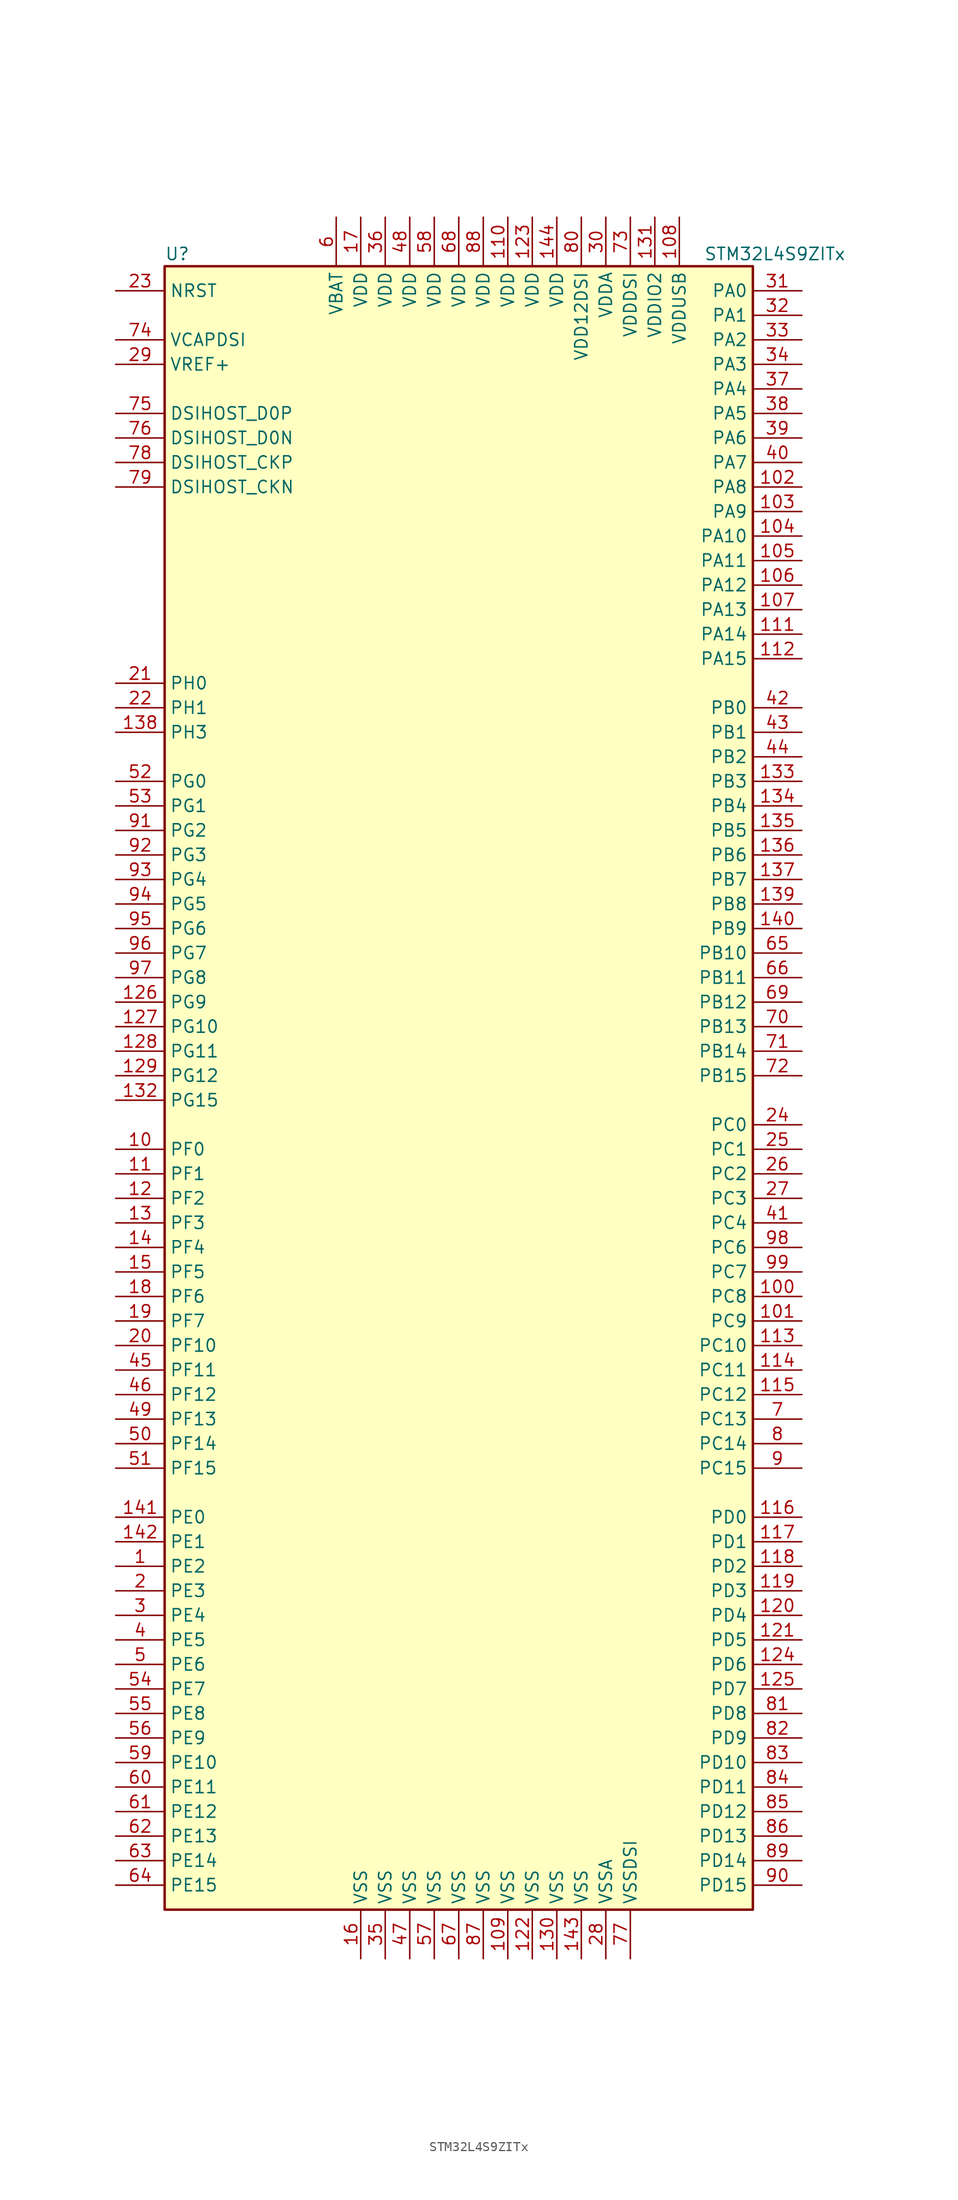
<source format=kicad_sym>
(kicad_symbol_lib
  (version 20220914)
  (generator kicad_symbol_editor)
  (symbol "STM32L4S9ZITx"
    (property "Reference" "U"
      (at -30.48 85.09 0)
      (effects (font (size 1.27 1.27)) (justify left)))
    (property "Value" "STM32L4S9ZITx"
      (at 25.4 85.09 0)
      (effects (font (size 1.27 1.27)) (justify left)))
    (symbol "STM32L4S9ZITx_0_1"
      (rectangle (start -30.48 -86.36) (end 30.48 83.82) (stroke (width 0.254) (type default)) (fill (type background))))
    (symbol "STM32L4S9ZITx_1_1"
      (pin bidirectional line (at -35.56 -50.8 0) (length 5.08) (name "PE2" (effects (font (size 1.27 1.27)))) (number "1" (effects (font (size 1.27 1.27)))))
      (pin bidirectional line (at -35.56 -7.62 0) (length 5.08) (name "PF0" (effects (font (size 1.27 1.27)))) (number "10" (effects (font (size 1.27 1.27)))))
      (pin bidirectional line (at 35.56 -22.86 180) (length 5.08) (name "PC8" (effects (font (size 1.27 1.27)))) (number "100" (effects (font (size 1.27 1.27)))))
      (pin bidirectional line (at 35.56 -25.4 180) (length 5.08) (name "PC9" (effects (font (size 1.27 1.27)))) (number "101" (effects (font (size 1.27 1.27)))))
      (pin bidirectional line (at 35.56 60.96 180) (length 5.08) (name "PA8" (effects (font (size 1.27 1.27)))) (number "102" (effects (font (size 1.27 1.27)))))
      (pin bidirectional line (at 35.56 58.42 180) (length 5.08) (name "PA9" (effects (font (size 1.27 1.27)))) (number "103" (effects (font (size 1.27 1.27)))))
      (pin bidirectional line (at 35.56 55.88 180) (length 5.08) (name "PA10" (effects (font (size 1.27 1.27)))) (number "104" (effects (font (size 1.27 1.27)))))
      (pin bidirectional line (at 35.56 53.34 180) (length 5.08) (name "PA11" (effects (font (size 1.27 1.27)))) (number "105" (effects (font (size 1.27 1.27)))))
      (pin bidirectional line (at 35.56 50.8 180) (length 5.08) (name "PA12" (effects (font (size 1.27 1.27)))) (number "106" (effects (font (size 1.27 1.27)))))
      (pin bidirectional line (at 35.56 48.26 180) (length 5.08) (name "PA13" (effects (font (size 1.27 1.27)))) (number "107" (effects (font (size 1.27 1.27)))))
      (pin power_in line (at 22.86 88.9 270) (length 5.08) (name "VDDUSB" (effects (font (size 1.27 1.27)))) (number "108" (effects (font (size 1.27 1.27)))))
      (pin power_in line (at 5.08 -91.44 90) (length 5.08) (name "VSS" (effects (font (size 1.27 1.27)))) (number "109" (effects (font (size 1.27 1.27)))))
      (pin bidirectional line (at -35.56 -10.16 0) (length 5.08) (name "PF1" (effects (font (size 1.27 1.27)))) (number "11" (effects (font (size 1.27 1.27)))))
      (pin power_in line (at 5.08 88.9 270) (length 5.08) (name "VDD" (effects (font (size 1.27 1.27)))) (number "110" (effects (font (size 1.27 1.27)))))
      (pin bidirectional line (at 35.56 45.72 180) (length 5.08) (name "PA14" (effects (font (size 1.27 1.27)))) (number "111" (effects (font (size 1.27 1.27)))))
      (pin bidirectional line (at 35.56 43.18 180) (length 5.08) (name "PA15" (effects (font (size 1.27 1.27)))) (number "112" (effects (font (size 1.27 1.27)))))
      (pin bidirectional line (at 35.56 -27.94 180) (length 5.08) (name "PC10" (effects (font (size 1.27 1.27)))) (number "113" (effects (font (size 1.27 1.27)))))
      (pin bidirectional line (at 35.56 -30.48 180) (length 5.08) (name "PC11" (effects (font (size 1.27 1.27)))) (number "114" (effects (font (size 1.27 1.27)))))
      (pin bidirectional line (at 35.56 -33.02 180) (length 5.08) (name "PC12" (effects (font (size 1.27 1.27)))) (number "115" (effects (font (size 1.27 1.27)))))
      (pin bidirectional line (at 35.56 -45.72 180) (length 5.08) (name "PD0" (effects (font (size 1.27 1.27)))) (number "116" (effects (font (size 1.27 1.27)))))
      (pin bidirectional line (at 35.56 -48.26 180) (length 5.08) (name "PD1" (effects (font (size 1.27 1.27)))) (number "117" (effects (font (size 1.27 1.27)))))
      (pin bidirectional line (at 35.56 -50.8 180) (length 5.08) (name "PD2" (effects (font (size 1.27 1.27)))) (number "118" (effects (font (size 1.27 1.27)))))
      (pin bidirectional line (at 35.56 -53.34 180) (length 5.08) (name "PD3" (effects (font (size 1.27 1.27)))) (number "119" (effects (font (size 1.27 1.27)))))
      (pin bidirectional line (at -35.56 -12.7 0) (length 5.08) (name "PF2" (effects (font (size 1.27 1.27)))) (number "12" (effects (font (size 1.27 1.27)))))
      (pin bidirectional line (at 35.56 -55.88 180) (length 5.08) (name "PD4" (effects (font (size 1.27 1.27)))) (number "120" (effects (font (size 1.27 1.27)))))
      (pin bidirectional line (at 35.56 -58.42 180) (length 5.08) (name "PD5" (effects (font (size 1.27 1.27)))) (number "121" (effects (font (size 1.27 1.27)))))
      (pin power_in line (at 7.62 -91.44 90) (length 5.08) (name "VSS" (effects (font (size 1.27 1.27)))) (number "122" (effects (font (size 1.27 1.27)))))
      (pin power_in line (at 7.62 88.9 270) (length 5.08) (name "VDD" (effects (font (size 1.27 1.27)))) (number "123" (effects (font (size 1.27 1.27)))))
      (pin bidirectional line (at 35.56 -60.96 180) (length 5.08) (name "PD6" (effects (font (size 1.27 1.27)))) (number "124" (effects (font (size 1.27 1.27)))))
      (pin bidirectional line (at 35.56 -63.5 180) (length 5.08) (name "PD7" (effects (font (size 1.27 1.27)))) (number "125" (effects (font (size 1.27 1.27)))))
      (pin bidirectional line (at -35.56 7.62 0) (length 5.08) (name "PG9" (effects (font (size 1.27 1.27)))) (number "126" (effects (font (size 1.27 1.27)))))
      (pin bidirectional line (at -35.56 5.08 0) (length 5.08) (name "PG10" (effects (font (size 1.27 1.27)))) (number "127" (effects (font (size 1.27 1.27)))))
      (pin bidirectional line (at -35.56 2.54 0) (length 5.08) (name "PG11" (effects (font (size 1.27 1.27)))) (number "128" (effects (font (size 1.27 1.27)))))
      (pin bidirectional line (at -35.56 0 0) (length 5.08) (name "PG12" (effects (font (size 1.27 1.27)))) (number "129" (effects (font (size 1.27 1.27)))))
      (pin bidirectional line (at -35.56 -15.24 0) (length 5.08) (name "PF3" (effects (font (size 1.27 1.27)))) (number "13" (effects (font (size 1.27 1.27)))))
      (pin power_in line (at 10.16 -91.44 90) (length 5.08) (name "VSS" (effects (font (size 1.27 1.27)))) (number "130" (effects (font (size 1.27 1.27)))))
      (pin power_in line (at 20.32 88.9 270) (length 5.08) (name "VDDIO2" (effects (font (size 1.27 1.27)))) (number "131" (effects (font (size 1.27 1.27)))))
      (pin bidirectional line (at -35.56 -2.54 0) (length 5.08) (name "PG15" (effects (font (size 1.27 1.27)))) (number "132" (effects (font (size 1.27 1.27)))))
      (pin bidirectional line (at 35.56 30.48 180) (length 5.08) (name "PB3" (effects (font (size 1.27 1.27)))) (number "133" (effects (font (size 1.27 1.27)))))
      (pin bidirectional line (at 35.56 27.94 180) (length 5.08) (name "PB4" (effects (font (size 1.27 1.27)))) (number "134" (effects (font (size 1.27 1.27)))))
      (pin bidirectional line (at 35.56 25.4 180) (length 5.08) (name "PB5" (effects (font (size 1.27 1.27)))) (number "135" (effects (font (size 1.27 1.27)))))
      (pin bidirectional line (at 35.56 22.86 180) (length 5.08) (name "PB6" (effects (font (size 1.27 1.27)))) (number "136" (effects (font (size 1.27 1.27)))))
      (pin bidirectional line (at 35.56 20.32 180) (length 5.08) (name "PB7" (effects (font (size 1.27 1.27)))) (number "137" (effects (font (size 1.27 1.27)))))
      (pin bidirectional line (at -35.56 35.56 0) (length 5.08) (name "PH3" (effects (font (size 1.27 1.27)))) (number "138" (effects (font (size 1.27 1.27)))))
      (pin bidirectional line (at 35.56 17.78 180) (length 5.08) (name "PB8" (effects (font (size 1.27 1.27)))) (number "139" (effects (font (size 1.27 1.27)))))
      (pin bidirectional line (at -35.56 -17.78 0) (length 5.08) (name "PF4" (effects (font (size 1.27 1.27)))) (number "14" (effects (font (size 1.27 1.27)))))
      (pin bidirectional line (at 35.56 15.24 180) (length 5.08) (name "PB9" (effects (font (size 1.27 1.27)))) (number "140" (effects (font (size 1.27 1.27)))))
      (pin bidirectional line (at -35.56 -45.72 0) (length 5.08) (name "PE0" (effects (font (size 1.27 1.27)))) (number "141" (effects (font (size 1.27 1.27)))))
      (pin bidirectional line (at -35.56 -48.26 0) (length 5.08) (name "PE1" (effects (font (size 1.27 1.27)))) (number "142" (effects (font (size 1.27 1.27)))))
      (pin power_in line (at 12.7 -91.44 90) (length 5.08) (name "VSS" (effects (font (size 1.27 1.27)))) (number "143" (effects (font (size 1.27 1.27)))))
      (pin power_in line (at 10.16 88.9 270) (length 5.08) (name "VDD" (effects (font (size 1.27 1.27)))) (number "144" (effects (font (size 1.27 1.27)))))
      (pin bidirectional line (at -35.56 -20.32 0) (length 5.08) (name "PF5" (effects (font (size 1.27 1.27)))) (number "15" (effects (font (size 1.27 1.27)))))
      (pin power_in line (at -10.16 -91.44 90) (length 5.08) (name "VSS" (effects (font (size 1.27 1.27)))) (number "16" (effects (font (size 1.27 1.27)))))
      (pin power_in line (at -10.16 88.9 270) (length 5.08) (name "VDD" (effects (font (size 1.27 1.27)))) (number "17" (effects (font (size 1.27 1.27)))))
      (pin bidirectional line (at -35.56 -22.86 0) (length 5.08) (name "PF6" (effects (font (size 1.27 1.27)))) (number "18" (effects (font (size 1.27 1.27)))))
      (pin bidirectional line (at -35.56 -25.4 0) (length 5.08) (name "PF7" (effects (font (size 1.27 1.27)))) (number "19" (effects (font (size 1.27 1.27)))))
      (pin bidirectional line (at -35.56 -53.34 0) (length 5.08) (name "PE3" (effects (font (size 1.27 1.27)))) (number "2" (effects (font (size 1.27 1.27)))))
      (pin bidirectional line (at -35.56 -27.94 0) (length 5.08) (name "PF10" (effects (font (size 1.27 1.27)))) (number "20" (effects (font (size 1.27 1.27)))))
      (pin input line (at -35.56 40.64 0) (length 5.08) (name "PH0" (effects (font (size 1.27 1.27)))) (number "21" (effects (font (size 1.27 1.27)))))
      (pin input line (at -35.56 38.1 0) (length 5.08) (name "PH1" (effects (font (size 1.27 1.27)))) (number "22" (effects (font (size 1.27 1.27)))))
      (pin input line (at -35.56 81.28 0) (length 5.08) (name "NRST" (effects (font (size 1.27 1.27)))) (number "23" (effects (font (size 1.27 1.27)))))
      (pin bidirectional line (at 35.56 -5.08 180) (length 5.08) (name "PC0" (effects (font (size 1.27 1.27)))) (number "24" (effects (font (size 1.27 1.27)))))
      (pin bidirectional line (at 35.56 -7.62 180) (length 5.08) (name "PC1" (effects (font (size 1.27 1.27)))) (number "25" (effects (font (size 1.27 1.27)))))
      (pin bidirectional line (at 35.56 -10.16 180) (length 5.08) (name "PC2" (effects (font (size 1.27 1.27)))) (number "26" (effects (font (size 1.27 1.27)))))
      (pin bidirectional line (at 35.56 -12.7 180) (length 5.08) (name "PC3" (effects (font (size 1.27 1.27)))) (number "27" (effects (font (size 1.27 1.27)))))
      (pin power_in line (at 15.24 -91.44 90) (length 5.08) (name "VSSA" (effects (font (size 1.27 1.27)))) (number "28" (effects (font (size 1.27 1.27)))))
      (pin bidirectional line (at -35.56 73.66 0) (length 5.08) (name "VREF+" (effects (font (size 1.27 1.27)))) (number "29" (effects (font (size 1.27 1.27)))))
      (pin bidirectional line (at -35.56 -55.88 0) (length 5.08) (name "PE4" (effects (font (size 1.27 1.27)))) (number "3" (effects (font (size 1.27 1.27)))))
      (pin power_in line (at 15.24 88.9 270) (length 5.08) (name "VDDA" (effects (font (size 1.27 1.27)))) (number "30" (effects (font (size 1.27 1.27)))))
      (pin bidirectional line (at 35.56 81.28 180) (length 5.08) (name "PA0" (effects (font (size 1.27 1.27)))) (number "31" (effects (font (size 1.27 1.27)))))
      (pin bidirectional line (at 35.56 78.74 180) (length 5.08) (name "PA1" (effects (font (size 1.27 1.27)))) (number "32" (effects (font (size 1.27 1.27)))))
      (pin bidirectional line (at 35.56 76.2 180) (length 5.08) (name "PA2" (effects (font (size 1.27 1.27)))) (number "33" (effects (font (size 1.27 1.27)))))
      (pin bidirectional line (at 35.56 73.66 180) (length 5.08) (name "PA3" (effects (font (size 1.27 1.27)))) (number "34" (effects (font (size 1.27 1.27)))))
      (pin power_in line (at -7.62 -91.44 90) (length 5.08) (name "VSS" (effects (font (size 1.27 1.27)))) (number "35" (effects (font (size 1.27 1.27)))))
      (pin power_in line (at -7.62 88.9 270) (length 5.08) (name "VDD" (effects (font (size 1.27 1.27)))) (number "36" (effects (font (size 1.27 1.27)))))
      (pin bidirectional line (at 35.56 71.12 180) (length 5.08) (name "PA4" (effects (font (size 1.27 1.27)))) (number "37" (effects (font (size 1.27 1.27)))))
      (pin bidirectional line (at 35.56 68.58 180) (length 5.08) (name "PA5" (effects (font (size 1.27 1.27)))) (number "38" (effects (font (size 1.27 1.27)))))
      (pin bidirectional line (at 35.56 66.04 180) (length 5.08) (name "PA6" (effects (font (size 1.27 1.27)))) (number "39" (effects (font (size 1.27 1.27)))))
      (pin bidirectional line (at -35.56 -58.42 0) (length 5.08) (name "PE5" (effects (font (size 1.27 1.27)))) (number "4" (effects (font (size 1.27 1.27)))))
      (pin bidirectional line (at 35.56 63.5 180) (length 5.08) (name "PA7" (effects (font (size 1.27 1.27)))) (number "40" (effects (font (size 1.27 1.27)))))
      (pin bidirectional line (at 35.56 -15.24 180) (length 5.08) (name "PC4" (effects (font (size 1.27 1.27)))) (number "41" (effects (font (size 1.27 1.27)))))
      (pin bidirectional line (at 35.56 38.1 180) (length 5.08) (name "PB0" (effects (font (size 1.27 1.27)))) (number "42" (effects (font (size 1.27 1.27)))))
      (pin bidirectional line (at 35.56 35.56 180) (length 5.08) (name "PB1" (effects (font (size 1.27 1.27)))) (number "43" (effects (font (size 1.27 1.27)))))
      (pin bidirectional line (at 35.56 33.02 180) (length 5.08) (name "PB2" (effects (font (size 1.27 1.27)))) (number "44" (effects (font (size 1.27 1.27)))))
      (pin bidirectional line (at -35.56 -30.48 0) (length 5.08) (name "PF11" (effects (font (size 1.27 1.27)))) (number "45" (effects (font (size 1.27 1.27)))))
      (pin bidirectional line (at -35.56 -33.02 0) (length 5.08) (name "PF12" (effects (font (size 1.27 1.27)))) (number "46" (effects (font (size 1.27 1.27)))))
      (pin power_in line (at -5.08 -91.44 90) (length 5.08) (name "VSS" (effects (font (size 1.27 1.27)))) (number "47" (effects (font (size 1.27 1.27)))))
      (pin power_in line (at -5.08 88.9 270) (length 5.08) (name "VDD" (effects (font (size 1.27 1.27)))) (number "48" (effects (font (size 1.27 1.27)))))
      (pin bidirectional line (at -35.56 -35.56 0) (length 5.08) (name "PF13" (effects (font (size 1.27 1.27)))) (number "49" (effects (font (size 1.27 1.27)))))
      (pin bidirectional line (at -35.56 -60.96 0) (length 5.08) (name "PE6" (effects (font (size 1.27 1.27)))) (number "5" (effects (font (size 1.27 1.27)))))
      (pin bidirectional line (at -35.56 -38.1 0) (length 5.08) (name "PF14" (effects (font (size 1.27 1.27)))) (number "50" (effects (font (size 1.27 1.27)))))
      (pin bidirectional line (at -35.56 -40.64 0) (length 5.08) (name "PF15" (effects (font (size 1.27 1.27)))) (number "51" (effects (font (size 1.27 1.27)))))
      (pin bidirectional line (at -35.56 30.48 0) (length 5.08) (name "PG0" (effects (font (size 1.27 1.27)))) (number "52" (effects (font (size 1.27 1.27)))))
      (pin bidirectional line (at -35.56 27.94 0) (length 5.08) (name "PG1" (effects (font (size 1.27 1.27)))) (number "53" (effects (font (size 1.27 1.27)))))
      (pin bidirectional line (at -35.56 -63.5 0) (length 5.08) (name "PE7" (effects (font (size 1.27 1.27)))) (number "54" (effects (font (size 1.27 1.27)))))
      (pin bidirectional line (at -35.56 -66.04 0) (length 5.08) (name "PE8" (effects (font (size 1.27 1.27)))) (number "55" (effects (font (size 1.27 1.27)))))
      (pin bidirectional line (at -35.56 -68.58 0) (length 5.08) (name "PE9" (effects (font (size 1.27 1.27)))) (number "56" (effects (font (size 1.27 1.27)))))
      (pin power_in line (at -2.54 -91.44 90) (length 5.08) (name "VSS" (effects (font (size 1.27 1.27)))) (number "57" (effects (font (size 1.27 1.27)))))
      (pin power_in line (at -2.54 88.9 270) (length 5.08) (name "VDD" (effects (font (size 1.27 1.27)))) (number "58" (effects (font (size 1.27 1.27)))))
      (pin bidirectional line (at -35.56 -71.12 0) (length 5.08) (name "PE10" (effects (font (size 1.27 1.27)))) (number "59" (effects (font (size 1.27 1.27)))))
      (pin power_in line (at -12.7 88.9 270) (length 5.08) (name "VBAT" (effects (font (size 1.27 1.27)))) (number "6" (effects (font (size 1.27 1.27)))))
      (pin bidirectional line (at -35.56 -73.66 0) (length 5.08) (name "PE11" (effects (font (size 1.27 1.27)))) (number "60" (effects (font (size 1.27 1.27)))))
      (pin bidirectional line (at -35.56 -76.2 0) (length 5.08) (name "PE12" (effects (font (size 1.27 1.27)))) (number "61" (effects (font (size 1.27 1.27)))))
      (pin bidirectional line (at -35.56 -78.74 0) (length 5.08) (name "PE13" (effects (font (size 1.27 1.27)))) (number "62" (effects (font (size 1.27 1.27)))))
      (pin bidirectional line (at -35.56 -81.28 0) (length 5.08) (name "PE14" (effects (font (size 1.27 1.27)))) (number "63" (effects (font (size 1.27 1.27)))))
      (pin bidirectional line (at -35.56 -83.82 0) (length 5.08) (name "PE15" (effects (font (size 1.27 1.27)))) (number "64" (effects (font (size 1.27 1.27)))))
      (pin bidirectional line (at 35.56 12.7 180) (length 5.08) (name "PB10" (effects (font (size 1.27 1.27)))) (number "65" (effects (font (size 1.27 1.27)))))
      (pin bidirectional line (at 35.56 10.16 180) (length 5.08) (name "PB11" (effects (font (size 1.27 1.27)))) (number "66" (effects (font (size 1.27 1.27)))))
      (pin power_in line (at 0 -91.44 90) (length 5.08) (name "VSS" (effects (font (size 1.27 1.27)))) (number "67" (effects (font (size 1.27 1.27)))))
      (pin power_in line (at 0 88.9 270) (length 5.08) (name "VDD" (effects (font (size 1.27 1.27)))) (number "68" (effects (font (size 1.27 1.27)))))
      (pin bidirectional line (at 35.56 7.62 180) (length 5.08) (name "PB12" (effects (font (size 1.27 1.27)))) (number "69" (effects (font (size 1.27 1.27)))))
      (pin bidirectional line (at 35.56 -35.56 180) (length 5.08) (name "PC13" (effects (font (size 1.27 1.27)))) (number "7" (effects (font (size 1.27 1.27)))))
      (pin bidirectional line (at 35.56 5.08 180) (length 5.08) (name "PB13" (effects (font (size 1.27 1.27)))) (number "70" (effects (font (size 1.27 1.27)))))
      (pin bidirectional line (at 35.56 2.54 180) (length 5.08) (name "PB14" (effects (font (size 1.27 1.27)))) (number "71" (effects (font (size 1.27 1.27)))))
      (pin bidirectional line (at 35.56 0 180) (length 5.08) (name "PB15" (effects (font (size 1.27 1.27)))) (number "72" (effects (font (size 1.27 1.27)))))
      (pin power_in line (at 17.78 88.9 270) (length 5.08) (name "VDDDSI" (effects (font (size 1.27 1.27)))) (number "73" (effects (font (size 1.27 1.27)))))
      (pin power_in line (at -35.56 76.2 0) (length 5.08) (name "VCAPDSI" (effects (font (size 1.27 1.27)))) (number "74" (effects (font (size 1.27 1.27)))))
      (pin bidirectional line (at -35.56 68.58 0) (length 5.08) (name "DSIHOST_D0P" (effects (font (size 1.27 1.27)))) (number "75" (effects (font (size 1.27 1.27)))))
      (pin bidirectional line (at -35.56 66.04 0) (length 5.08) (name "DSIHOST_D0N" (effects (font (size 1.27 1.27)))) (number "76" (effects (font (size 1.27 1.27)))))
      (pin power_in line (at 17.78 -91.44 90) (length 5.08) (name "VSSDSI" (effects (font (size 1.27 1.27)))) (number "77" (effects (font (size 1.27 1.27)))))
      (pin bidirectional line (at -35.56 63.5 0) (length 5.08) (name "DSIHOST_CKP" (effects (font (size 1.27 1.27)))) (number "78" (effects (font (size 1.27 1.27)))))
      (pin bidirectional line (at -35.56 60.96 0) (length 5.08) (name "DSIHOST_CKN" (effects (font (size 1.27 1.27)))) (number "79" (effects (font (size 1.27 1.27)))))
      (pin bidirectional line (at 35.56 -38.1 180) (length 5.08) (name "PC14" (effects (font (size 1.27 1.27)))) (number "8" (effects (font (size 1.27 1.27)))))
      (pin power_in line (at 12.7 88.9 270) (length 5.08) (name "VDD12DSI" (effects (font (size 1.27 1.27)))) (number "80" (effects (font (size 1.27 1.27)))))
      (pin bidirectional line (at 35.56 -66.04 180) (length 5.08) (name "PD8" (effects (font (size 1.27 1.27)))) (number "81" (effects (font (size 1.27 1.27)))))
      (pin bidirectional line (at 35.56 -68.58 180) (length 5.08) (name "PD9" (effects (font (size 1.27 1.27)))) (number "82" (effects (font (size 1.27 1.27)))))
      (pin bidirectional line (at 35.56 -71.12 180) (length 5.08) (name "PD10" (effects (font (size 1.27 1.27)))) (number "83" (effects (font (size 1.27 1.27)))))
      (pin bidirectional line (at 35.56 -73.66 180) (length 5.08) (name "PD11" (effects (font (size 1.27 1.27)))) (number "84" (effects (font (size 1.27 1.27)))))
      (pin bidirectional line (at 35.56 -76.2 180) (length 5.08) (name "PD12" (effects (font (size 1.27 1.27)))) (number "85" (effects (font (size 1.27 1.27)))))
      (pin bidirectional line (at 35.56 -78.74 180) (length 5.08) (name "PD13" (effects (font (size 1.27 1.27)))) (number "86" (effects (font (size 1.27 1.27)))))
      (pin power_in line (at 2.54 -91.44 90) (length 5.08) (name "VSS" (effects (font (size 1.27 1.27)))) (number "87" (effects (font (size 1.27 1.27)))))
      (pin power_in line (at 2.54 88.9 270) (length 5.08) (name "VDD" (effects (font (size 1.27 1.27)))) (number "88" (effects (font (size 1.27 1.27)))))
      (pin bidirectional line (at 35.56 -81.28 180) (length 5.08) (name "PD14" (effects (font (size 1.27 1.27)))) (number "89" (effects (font (size 1.27 1.27)))))
      (pin bidirectional line (at 35.56 -40.64 180) (length 5.08) (name "PC15" (effects (font (size 1.27 1.27)))) (number "9" (effects (font (size 1.27 1.27)))))
      (pin bidirectional line (at 35.56 -83.82 180) (length 5.08) (name "PD15" (effects (font (size 1.27 1.27)))) (number "90" (effects (font (size 1.27 1.27)))))
      (pin bidirectional line (at -35.56 25.4 0) (length 5.08) (name "PG2" (effects (font (size 1.27 1.27)))) (number "91" (effects (font (size 1.27 1.27)))))
      (pin bidirectional line (at -35.56 22.86 0) (length 5.08) (name "PG3" (effects (font (size 1.27 1.27)))) (number "92" (effects (font (size 1.27 1.27)))))
      (pin bidirectional line (at -35.56 20.32 0) (length 5.08) (name "PG4" (effects (font (size 1.27 1.27)))) (number "93" (effects (font (size 1.27 1.27)))))
      (pin bidirectional line (at -35.56 17.78 0) (length 5.08) (name "PG5" (effects (font (size 1.27 1.27)))) (number "94" (effects (font (size 1.27 1.27)))))
      (pin bidirectional line (at -35.56 15.24 0) (length 5.08) (name "PG6" (effects (font (size 1.27 1.27)))) (number "95" (effects (font (size 1.27 1.27)))))
      (pin bidirectional line (at -35.56 12.7 0) (length 5.08) (name "PG7" (effects (font (size 1.27 1.27)))) (number "96" (effects (font (size 1.27 1.27)))))
      (pin bidirectional line (at -35.56 10.16 0) (length 5.08) (name "PG8" (effects (font (size 1.27 1.27)))) (number "97" (effects (font (size 1.27 1.27)))))
      (pin bidirectional line (at 35.56 -17.78 180) (length 5.08) (name "PC6" (effects (font (size 1.27 1.27)))) (number "98" (effects (font (size 1.27 1.27)))))
      (pin bidirectional line (at 35.56 -20.32 180) (length 5.08) (name "PC7" (effects (font (size 1.27 1.27)))) (number "99" (effects (font (size 1.27 1.27))))))))
</source>
